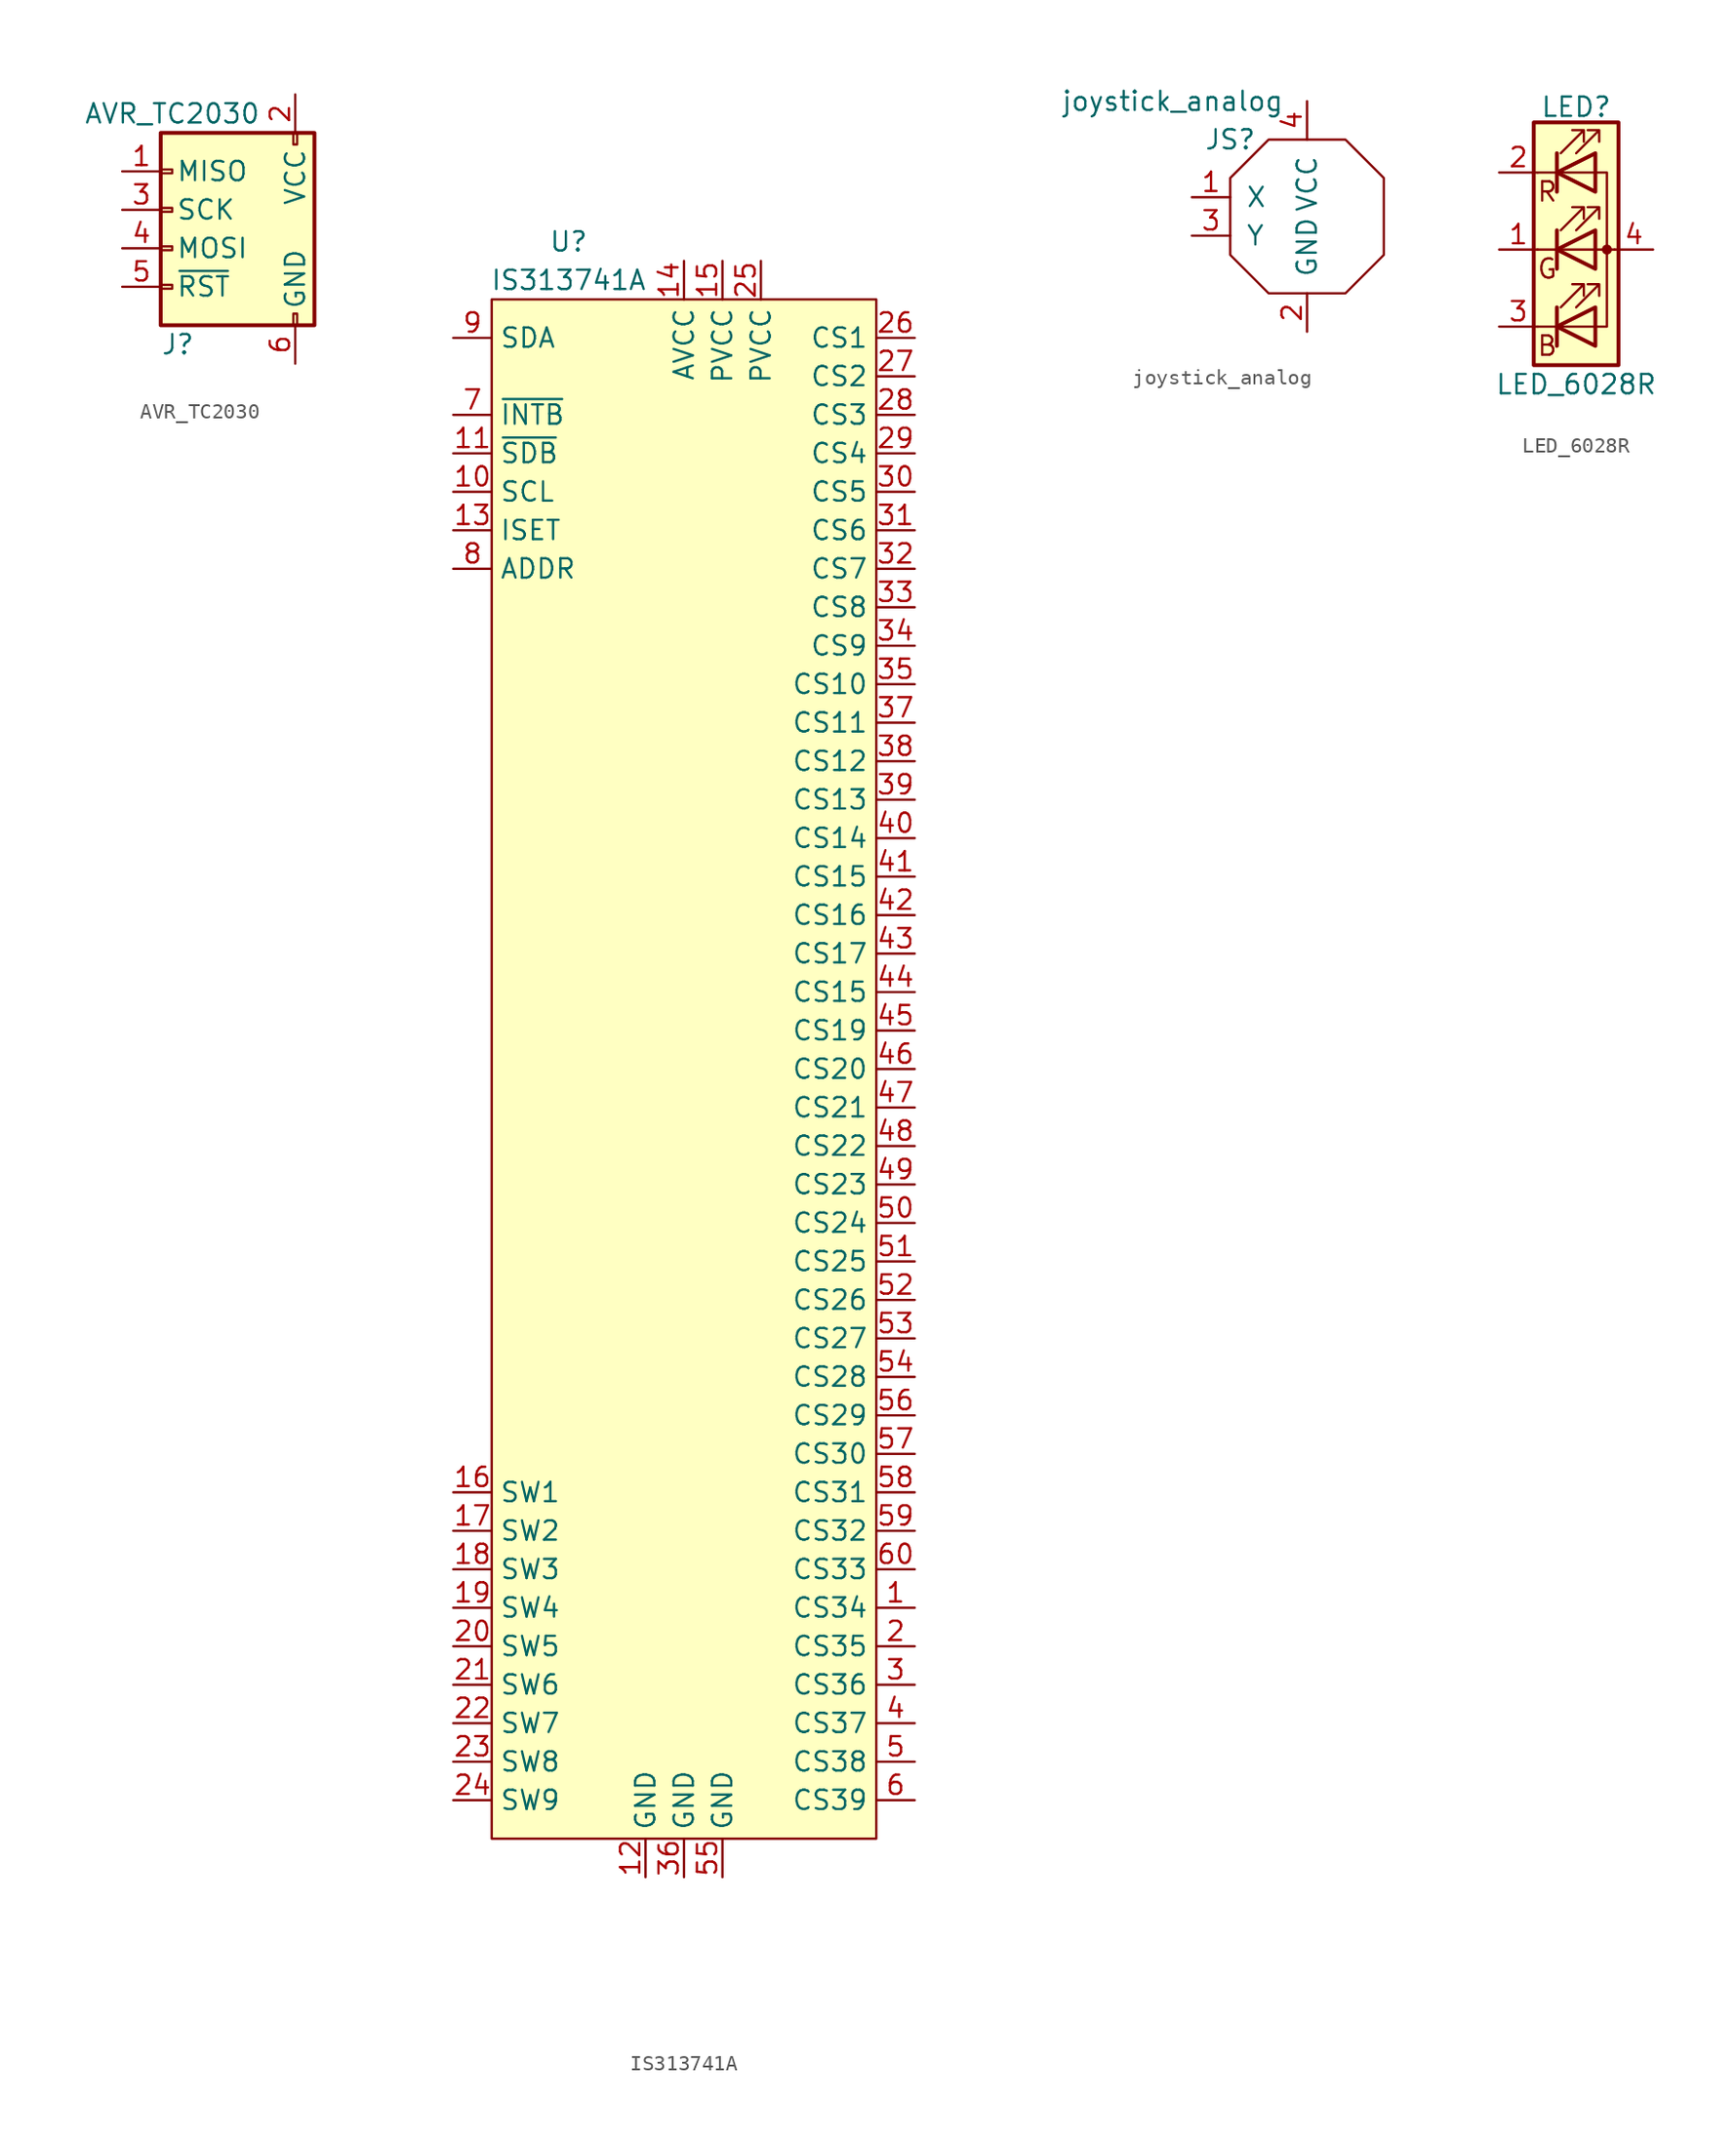
<source format=kicad_sym>
(kicad_symbol_lib
  (version 20220914)
  (generator kicad_symbol_editor)
  (symbol "AVR_TC2030"
    (pin_names
      (offset 1.016))
    (property "Reference" "J"
      (at -3.81 -6.35 0)
      (effects (font (size 1.27 1.27)) (justify left)))
    (property "Value" "AVR_TC2030"
      (at -8.89 8.89 0)
      (effects (font (size 1.27 1.27)) (justify left)))
    (symbol "AVR_TC2030_0_1"
      (rectangle (start -3.81 7.62) (end 6.35 -5.08) (stroke (width 0.254) (type default)) (fill (type background)))
      (rectangle (start -3.048 -2.667) (end -3.81 -2.413) (stroke (width 0) (type default)) (fill (type none)))
      (rectangle (start -3.048 -0.127) (end -3.81 0.127) (stroke (width 0) (type default)) (fill (type none)))
      (rectangle (start -3.048 2.413) (end -3.81 2.667) (stroke (width 0) (type default)) (fill (type none)))
      (rectangle (start -3.048 4.953) (end -3.81 5.207) (stroke (width 0) (type default)) (fill (type none)))
      (rectangle (start 4.953 -5.08) (end 5.207 -4.318) (stroke (width 0) (type default)) (fill (type none)))
      (rectangle (start 4.953 6.858) (end 5.207 7.62) (stroke (width 0) (type default)) (fill (type none))))
    (symbol "AVR_TC2030_1_1"
      (pin passive line (at -6.35 5.08 0) (length 2.54) (name "MISO" (effects (font (size 1.27 1.27)))) (number "1" (effects (font (size 1.27 1.27)))))
      (pin passive line (at 5.08 10.16 270) (length 2.54) (name "VCC" (effects (font (size 1.27 1.27)))) (number "2" (effects (font (size 1.27 1.27)))))
      (pin passive line (at -6.35 2.54 0) (length 2.54) (name "SCK" (effects (font (size 1.27 1.27)))) (number "3" (effects (font (size 1.27 1.27)))))
      (pin passive line (at -6.35 0 0) (length 2.54) (name "MOSI" (effects (font (size 1.27 1.27)))) (number "4" (effects (font (size 1.27 1.27)))))
      (pin passive line (at -6.35 -2.54 0) (length 2.54) (name "~{RST}" (effects (font (size 1.27 1.27)))) (number "5" (effects (font (size 1.27 1.27)))))
      (pin passive line (at 5.08 -7.62 90) (length 2.54) (name "GND" (effects (font (size 1.27 1.27)))) (number "6" (effects (font (size 1.27 1.27)))))))
  (symbol "IS313741A"
    (property "Reference" "U"
      (at -7.62 54.61 0)
      (effects (font (size 1.27 1.27))))
    (property "Value" "IS313741A"
      (at -7.62 52.07 0)
      (effects (font (size 1.27 1.27))))
    (symbol "IS313741A_0_0"
      (pin power_out line (at 15.24 -35.56 180) (length 2.54) (name "CS34" (effects (font (size 1.27 1.27)))) (number "1" (effects (font (size 1.27 1.27)))))
      (pin input line (at -15.24 38.1 0) (length 2.54) (name "SCL" (effects (font (size 1.27 1.27)))) (number "10" (effects (font (size 1.27 1.27)))))
      (pin input line (at -15.24 40.64 0) (length 2.54) (name "~{SDB}" (effects (font (size 1.27 1.27)))) (number "11" (effects (font (size 1.27 1.27)))))
      (pin power_in line (at -2.54 -53.34 90) (length 2.54) (name "GND" (effects (font (size 1.27 1.27)))) (number "12" (effects (font (size 1.27 1.27)))))
      (pin input line (at -15.24 35.56 0) (length 2.54) (name "ISET" (effects (font (size 1.27 1.27)))) (number "13" (effects (font (size 1.27 1.27)))))
      (pin power_in line (at 0 53.34 270) (length 2.54) (name "AVCC" (effects (font (size 1.27 1.27)))) (number "14" (effects (font (size 1.27 1.27)))))
      (pin power_in line (at 2.54 53.34 270) (length 2.54) (name "PVCC" (effects (font (size 1.27 1.27)))) (number "15" (effects (font (size 1.27 1.27)))))
      (pin power_out line (at -15.24 -27.94 0) (length 2.54) (name "SW1" (effects (font (size 1.27 1.27)))) (number "16" (effects (font (size 1.27 1.27)))))
      (pin power_out line (at -15.24 -30.48 0) (length 2.54) (name "SW2" (effects (font (size 1.27 1.27)))) (number "17" (effects (font (size 1.27 1.27)))))
      (pin power_out line (at -15.24 -33.02 0) (length 2.54) (name "SW3" (effects (font (size 1.27 1.27)))) (number "18" (effects (font (size 1.27 1.27)))))
      (pin power_out line (at -15.24 -35.56 0) (length 2.54) (name "SW4" (effects (font (size 1.27 1.27)))) (number "19" (effects (font (size 1.27 1.27)))))
      (pin power_out line (at 15.24 -38.1 180) (length 2.54) (name "CS35" (effects (font (size 1.27 1.27)))) (number "2" (effects (font (size 1.27 1.27)))))
      (pin power_out line (at -15.24 -38.1 0) (length 2.54) (name "SW5" (effects (font (size 1.27 1.27)))) (number "20" (effects (font (size 1.27 1.27)))))
      (pin power_out line (at -15.24 -40.64 0) (length 2.54) (name "SW6" (effects (font (size 1.27 1.27)))) (number "21" (effects (font (size 1.27 1.27)))))
      (pin power_out line (at -15.24 -43.18 0) (length 2.54) (name "SW7" (effects (font (size 1.27 1.27)))) (number "22" (effects (font (size 1.27 1.27)))))
      (pin power_out line (at -15.24 -45.72 0) (length 2.54) (name "SW8" (effects (font (size 1.27 1.27)))) (number "23" (effects (font (size 1.27 1.27)))))
      (pin power_out line (at -15.24 -48.26 0) (length 2.54) (name "SW9" (effects (font (size 1.27 1.27)))) (number "24" (effects (font (size 1.27 1.27)))))
      (pin power_in line (at 5.08 53.34 270) (length 2.54) (name "PVCC" (effects (font (size 1.27 1.27)))) (number "25" (effects (font (size 1.27 1.27)))))
      (pin power_out line (at 15.24 48.26 180) (length 2.54) (name "CS1" (effects (font (size 1.27 1.27)))) (number "26" (effects (font (size 1.27 1.27)))))
      (pin power_out line (at 15.24 45.72 180) (length 2.54) (name "CS2" (effects (font (size 1.27 1.27)))) (number "27" (effects (font (size 1.27 1.27)))))
      (pin power_out line (at 15.24 43.18 180) (length 2.54) (name "CS3" (effects (font (size 1.27 1.27)))) (number "28" (effects (font (size 1.27 1.27)))))
      (pin power_out line (at 15.24 40.64 180) (length 2.54) (name "CS4" (effects (font (size 1.27 1.27)))) (number "29" (effects (font (size 1.27 1.27)))))
      (pin power_out line (at 15.24 -40.64 180) (length 2.54) (name "CS36" (effects (font (size 1.27 1.27)))) (number "3" (effects (font (size 1.27 1.27)))))
      (pin power_out line (at 15.24 38.1 180) (length 2.54) (name "CS5" (effects (font (size 1.27 1.27)))) (number "30" (effects (font (size 1.27 1.27)))))
      (pin power_out line (at 15.24 35.56 180) (length 2.54) (name "CS6" (effects (font (size 1.27 1.27)))) (number "31" (effects (font (size 1.27 1.27)))))
      (pin power_out line (at 15.24 33.02 180) (length 2.54) (name "CS7" (effects (font (size 1.27 1.27)))) (number "32" (effects (font (size 1.27 1.27)))))
      (pin power_out line (at 15.24 30.48 180) (length 2.54) (name "CS8" (effects (font (size 1.27 1.27)))) (number "33" (effects (font (size 1.27 1.27)))))
      (pin power_out line (at 15.24 27.94 180) (length 2.54) (name "CS9" (effects (font (size 1.27 1.27)))) (number "34" (effects (font (size 1.27 1.27)))))
      (pin power_out line (at 15.24 25.4 180) (length 2.54) (name "CS10" (effects (font (size 1.27 1.27)))) (number "35" (effects (font (size 1.27 1.27)))))
      (pin power_in line (at 0 -53.34 90) (length 2.54) (name "GND" (effects (font (size 1.27 1.27)))) (number "36" (effects (font (size 1.27 1.27)))))
      (pin power_out line (at 15.24 22.86 180) (length 2.54) (name "CS11" (effects (font (size 1.27 1.27)))) (number "37" (effects (font (size 1.27 1.27)))))
      (pin power_out line (at 15.24 20.32 180) (length 2.54) (name "CS12" (effects (font (size 1.27 1.27)))) (number "38" (effects (font (size 1.27 1.27)))))
      (pin power_out line (at 15.24 17.78 180) (length 2.54) (name "CS13" (effects (font (size 1.27 1.27)))) (number "39" (effects (font (size 1.27 1.27)))))
      (pin power_out line (at 15.24 -43.18 180) (length 2.54) (name "CS37" (effects (font (size 1.27 1.27)))) (number "4" (effects (font (size 1.27 1.27)))))
      (pin power_out line (at 15.24 15.24 180) (length 2.54) (name "CS14" (effects (font (size 1.27 1.27)))) (number "40" (effects (font (size 1.27 1.27)))))
      (pin power_out line (at 15.24 12.7 180) (length 2.54) (name "CS15" (effects (font (size 1.27 1.27)))) (number "41" (effects (font (size 1.27 1.27)))))
      (pin power_out line (at 15.24 10.16 180) (length 2.54) (name "CS16" (effects (font (size 1.27 1.27)))) (number "42" (effects (font (size 1.27 1.27)))))
      (pin power_out line (at 15.24 7.62 180) (length 2.54) (name "CS17" (effects (font (size 1.27 1.27)))) (number "43" (effects (font (size 1.27 1.27)))))
      (pin power_out line (at 15.24 5.08 180) (length 2.54) (name "CS15" (effects (font (size 1.27 1.27)))) (number "44" (effects (font (size 1.27 1.27)))))
      (pin power_out line (at 15.24 2.54 180) (length 2.54) (name "CS19" (effects (font (size 1.27 1.27)))) (number "45" (effects (font (size 1.27 1.27)))))
      (pin power_out line (at 15.24 0 180) (length 2.54) (name "CS20" (effects (font (size 1.27 1.27)))) (number "46" (effects (font (size 1.27 1.27)))))
      (pin power_out line (at 15.24 -2.54 180) (length 2.54) (name "CS21" (effects (font (size 1.27 1.27)))) (number "47" (effects (font (size 1.27 1.27)))))
      (pin power_out line (at 15.24 -5.08 180) (length 2.54) (name "CS22" (effects (font (size 1.27 1.27)))) (number "48" (effects (font (size 1.27 1.27)))))
      (pin power_out line (at 15.24 -7.62 180) (length 2.54) (name "CS23" (effects (font (size 1.27 1.27)))) (number "49" (effects (font (size 1.27 1.27)))))
      (pin power_out line (at 15.24 -45.72 180) (length 2.54) (name "CS38" (effects (font (size 1.27 1.27)))) (number "5" (effects (font (size 1.27 1.27)))))
      (pin power_out line (at 15.24 -10.16 180) (length 2.54) (name "CS24" (effects (font (size 1.27 1.27)))) (number "50" (effects (font (size 1.27 1.27)))))
      (pin power_out line (at 15.24 -12.7 180) (length 2.54) (name "CS25" (effects (font (size 1.27 1.27)))) (number "51" (effects (font (size 1.27 1.27)))))
      (pin power_out line (at 15.24 -15.24 180) (length 2.54) (name "CS26" (effects (font (size 1.27 1.27)))) (number "52" (effects (font (size 1.27 1.27)))))
      (pin power_out line (at 15.24 -17.78 180) (length 2.54) (name "CS27" (effects (font (size 1.27 1.27)))) (number "53" (effects (font (size 1.27 1.27)))))
      (pin power_out line (at 15.24 -20.32 180) (length 2.54) (name "CS28" (effects (font (size 1.27 1.27)))) (number "54" (effects (font (size 1.27 1.27)))))
      (pin power_in line (at 2.54 -53.34 90) (length 2.54) (name "GND" (effects (font (size 1.27 1.27)))) (number "55" (effects (font (size 1.27 1.27)))))
      (pin power_out line (at 15.24 -22.86 180) (length 2.54) (name "CS29" (effects (font (size 1.27 1.27)))) (number "56" (effects (font (size 1.27 1.27)))))
      (pin power_out line (at 15.24 -25.4 180) (length 2.54) (name "CS30" (effects (font (size 1.27 1.27)))) (number "57" (effects (font (size 1.27 1.27)))))
      (pin power_out line (at 15.24 -27.94 180) (length 2.54) (name "CS31" (effects (font (size 1.27 1.27)))) (number "58" (effects (font (size 1.27 1.27)))))
      (pin power_out line (at 15.24 -30.48 180) (length 2.54) (name "CS32" (effects (font (size 1.27 1.27)))) (number "59" (effects (font (size 1.27 1.27)))))
      (pin power_out line (at 15.24 -48.26 180) (length 2.54) (name "CS39" (effects (font (size 1.27 1.27)))) (number "6" (effects (font (size 1.27 1.27)))))
      (pin power_out line (at 15.24 -33.02 180) (length 2.54) (name "CS33" (effects (font (size 1.27 1.27)))) (number "60" (effects (font (size 1.27 1.27)))))
      (pin power_in line (at 2.54 -53.34 90) (length 2.54) hide (name "GND" (effects (font (size 1.27 1.27)))) (number "61" (effects (font (size 1.27 1.27)))))
      (pin open_collector line (at -15.24 43.18 0) (length 2.54) (name "~{INTB}" (effects (font (size 1.27 1.27)))) (number "7" (effects (font (size 1.27 1.27)))))
      (pin input line (at -15.24 33.02 0) (length 2.54) (name "ADDR" (effects (font (size 1.27 1.27)))) (number "8" (effects (font (size 1.27 1.27)))))
      (pin bidirectional line (at -15.24 48.26 0) (length 2.54) (name "SDA" (effects (font (size 1.27 1.27)))) (number "9" (effects (font (size 1.27 1.27))))))
    (symbol "IS313741A_0_1"
      (rectangle (start -12.7 50.8) (end 12.7 -50.8) (stroke (width 0.152) (type default)) (fill (type background)))))
  (symbol "joystick_analog"
    (pin_names
      (offset 1.016))
    (property "Reference" "JS"
      (at -5.08 5.08 0)
      (effects (font (size 1.27 1.27))))
    (property "Value" "joystick_analog"
      (at -8.89 7.62 0)
      (effects (font (size 1.27 1.27))))
    (symbol "joystick_analog_0_1"
      (polyline (pts (xy -5.08 2.54) (xy -5.08 -2.54) (xy -2.54 -5.08) (xy 1.27 -5.08) (xy 2.54 -5.08) (xy 5.08 -2.54) (xy 5.08 2.54) (xy 2.54 5.08) (xy -2.54 5.08) (xy -5.08 2.54)) (stroke (width 0) (type default)) (fill (type none))))
    (symbol "joystick_analog_1_1"
      (pin output line (at -7.62 1.27 0) (length 2.54) (name "X" (effects (font (size 1.27 1.27)))) (number "1" (effects (font (size 1.27 1.27)))))
      (pin power_in line (at 0 -7.62 90) (length 2.54) (name "GND" (effects (font (size 1.27 1.27)))) (number "2" (effects (font (size 1.27 1.27)))))
      (pin output line (at -7.62 -1.27 0) (length 2.54) (name "Y" (effects (font (size 1.27 1.27)))) (number "3" (effects (font (size 1.27 1.27)))))
      (pin power_in line (at 0 7.62 270) (length 2.54) (name "VCC" (effects (font (size 1.27 1.27)))) (number "4" (effects (font (size 1.27 1.27)))))))
  (symbol "LED_6028R"
    (pin_names
      (offset 0) hide)
    (property "Reference" "LED"
      (at 0 9.398 0)
      (effects (font (size 1.27 1.27))))
    (property "Value" "LED_6028R"
      (at 0 -8.89 0)
      (effects (font (size 1.27 1.27))))
    (symbol "LED_6028R_0_0"
      (text "B" (at -1.905 -6.35 0) (effects (font (size 1.27 1.27))))
      (text "G" (at -1.905 -1.27 0) (effects (font (size 1.27 1.27))))
      (text "R" (at -1.905 3.81 0) (effects (font (size 1.27 1.27)))))
    (symbol "LED_6028R_0_1"
      (polyline (pts (xy -1.27 -5.08) (xy -2.54 -5.08)) (stroke (width 0) (type default)) (fill (type none)))
      (polyline (pts (xy -1.27 -5.08) (xy 1.27 -5.08)) (stroke (width 0) (type default)) (fill (type none)))
      (polyline (pts (xy -1.27 -3.81) (xy -1.27 -6.35)) (stroke (width 0.254) (type default)) (fill (type none)))
      (polyline (pts (xy -1.27 0) (xy -2.54 0)) (stroke (width 0) (type default)) (fill (type none)))
      (polyline (pts (xy -1.27 1.27) (xy -1.27 -1.27)) (stroke (width 0.254) (type default)) (fill (type none)))
      (polyline (pts (xy -1.27 5.08) (xy -2.54 5.08)) (stroke (width 0) (type default)) (fill (type none)))
      (polyline (pts (xy -1.27 5.08) (xy 1.27 5.08)) (stroke (width 0) (type default)) (fill (type none)))
      (polyline (pts (xy -1.27 6.35) (xy -1.27 3.81)) (stroke (width 0.254) (type default)) (fill (type none)))
      (polyline (pts (xy 1.27 0) (xy -1.27 0)) (stroke (width 0) (type default)) (fill (type none)))
      (polyline (pts (xy 1.27 0) (xy 2.54 0)) (stroke (width 0) (type default)) (fill (type none)))
      (polyline (pts (xy -1.27 1.27) (xy -1.27 -1.27) (xy -1.27 -1.27)) (stroke (width 0) (type default)) (fill (type none)))
      (polyline (pts (xy -1.27 6.35) (xy -1.27 3.81) (xy -1.27 3.81)) (stroke (width 0) (type default)) (fill (type none)))
      (polyline (pts (xy 1.27 -5.08) (xy 2.032 -5.08) (xy 2.032 5.08) (xy 1.27 5.08)) (stroke (width 0) (type default)) (fill (type none)))
      (polyline (pts (xy 1.27 -3.81) (xy 1.27 -6.35) (xy -1.27 -5.08) (xy 1.27 -3.81)) (stroke (width 0.254) (type default)) (fill (type none)))
      (polyline (pts (xy 1.27 1.27) (xy 1.27 -1.27) (xy -1.27 0) (xy 1.27 1.27)) (stroke (width 0.254) (type default)) (fill (type none)))
      (polyline (pts (xy 1.27 6.35) (xy 1.27 3.81) (xy -1.27 5.08) (xy 1.27 6.35)) (stroke (width 0.254) (type default)) (fill (type none)))
      (polyline (pts (xy -1.016 -3.81) (xy 0.508 -2.286) (xy -0.254 -2.286) (xy 0.508 -2.286) (xy 0.508 -3.048)) (stroke (width 0) (type default)) (fill (type none)))
      (polyline (pts (xy -1.016 1.27) (xy 0.508 2.794) (xy -0.254 2.794) (xy 0.508 2.794) (xy 0.508 2.032)) (stroke (width 0) (type default)) (fill (type none)))
      (polyline (pts (xy -1.016 6.35) (xy 0.508 7.874) (xy -0.254 7.874) (xy 0.508 7.874) (xy 0.508 7.112)) (stroke (width 0) (type default)) (fill (type none)))
      (polyline (pts (xy 0 -3.81) (xy 1.524 -2.286) (xy 0.762 -2.286) (xy 1.524 -2.286) (xy 1.524 -3.048)) (stroke (width 0) (type default)) (fill (type none)))
      (polyline (pts (xy 0 1.27) (xy 1.524 2.794) (xy 0.762 2.794) (xy 1.524 2.794) (xy 1.524 2.032)) (stroke (width 0) (type default)) (fill (type none)))
      (polyline (pts (xy 0 6.35) (xy 1.524 7.874) (xy 0.762 7.874) (xy 1.524 7.874) (xy 1.524 7.112)) (stroke (width 0) (type default)) (fill (type none)))
      (rectangle (start 1.27 -1.27) (end 1.27 1.27) (stroke (width 0) (type default)) (fill (type none)))
      (rectangle (start 1.27 1.27) (end 1.27 1.27) (stroke (width 0) (type default)) (fill (type none)))
      (rectangle (start 1.27 3.81) (end 1.27 6.35) (stroke (width 0) (type default)) (fill (type none)))
      (rectangle (start 1.27 6.35) (end 1.27 6.35) (stroke (width 0) (type default)) (fill (type none)))
      (circle (center 2.032 0) (radius 0.254) (stroke (width 0) (type default)) (fill (type outline)))
      (rectangle (start 2.794 8.382) (end -2.794 -7.62) (stroke (width 0.254) (type default)) (fill (type background))))
    (symbol "LED_6028R_1_1"
      (pin passive line (at -5.08 0 0) (length 2.54) (name "GK" (effects (font (size 1.27 1.27)))) (number "1" (effects (font (size 1.27 1.27)))))
      (pin passive line (at -5.08 5.08 0) (length 2.54) (name "RK" (effects (font (size 1.27 1.27)))) (number "2" (effects (font (size 1.27 1.27)))))
      (pin passive line (at -5.08 -5.08 0) (length 2.54) (name "BK" (effects (font (size 1.27 1.27)))) (number "3" (effects (font (size 1.27 1.27)))))
      (pin passive line (at 5.08 0 180) (length 2.54) (name "A" (effects (font (size 1.27 1.27)))) (number "4" (effects (font (size 1.27 1.27))))))))
</source>
